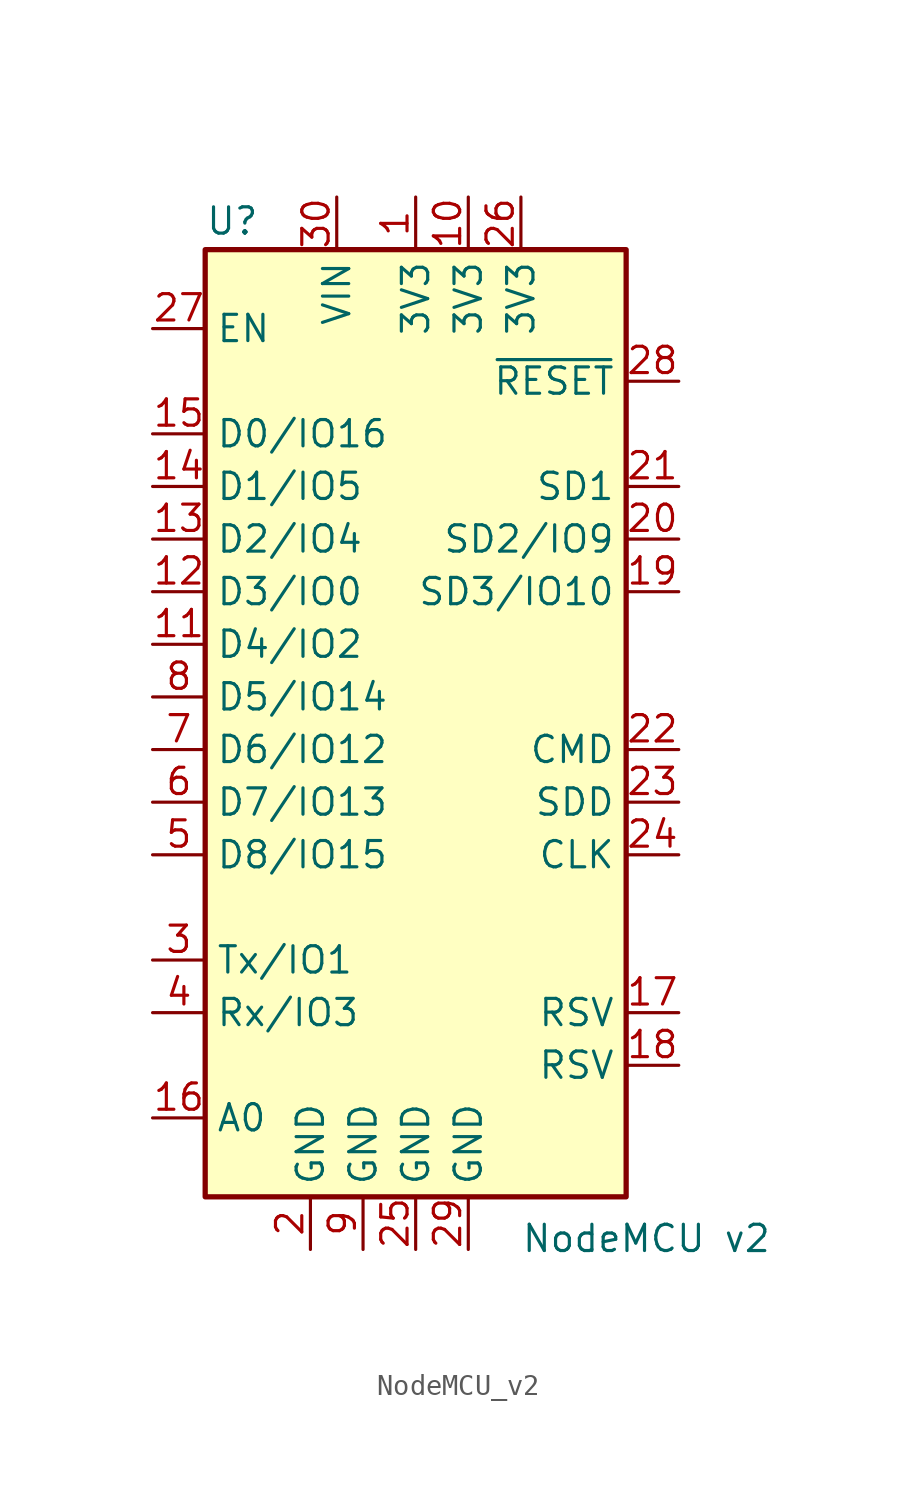
<source format=kicad_sym>
(kicad_symbol_lib
  (version 20220914)
  (generator kicad_symbol_editor)
  (symbol "NodeMCU_v2"
    (property "Reference" "U"
      (at -10.16 23.495 0)
      (effects (font (size 1.27 1.27)) (justify left bottom)))
    (property "Value" "NodeMCU v2"
      (at 5.08 -24.13 0)
      (effects (font (size 1.27 1.27)) (justify left top)))
    (symbol "NodeMCU_v2_0_1"
      (rectangle (start -10.16 22.86) (end 10.16 -22.86) (stroke (width 0.254) (type default)) (fill (type background))))
    (symbol "NodeMCU_v2_1_1"
      (pin power_out line (at 0 25.4 270) (length 2.54) (name "3V3" (effects (font (size 1.27 1.27)))) (number "1" (effects (font (size 1.27 1.27)))))
      (pin power_out line (at 2.54 25.4 270) (length 2.54) (name "3V3" (effects (font (size 1.27 1.27)))) (number "10" (effects (font (size 1.27 1.27)))))
      (pin bidirectional line (at -12.7 3.81 0) (length 2.54) (name "D4/IO2" (effects (font (size 1.27 1.27)))) (number "11" (effects (font (size 1.27 1.27)))))
      (pin bidirectional line (at -12.7 6.35 0) (length 2.54) (name "D3/IO0" (effects (font (size 1.27 1.27)))) (number "12" (effects (font (size 1.27 1.27)))))
      (pin bidirectional line (at -12.7 8.89 0) (length 2.54) (name "D2/IO4" (effects (font (size 1.27 1.27)))) (number "13" (effects (font (size 1.27 1.27)))))
      (pin bidirectional line (at -12.7 11.43 0) (length 2.54) (name "D1/IO5" (effects (font (size 1.27 1.27)))) (number "14" (effects (font (size 1.27 1.27)))))
      (pin bidirectional line (at -12.7 13.97 0) (length 2.54) (name "D0/IO16" (effects (font (size 1.27 1.27)))) (number "15" (effects (font (size 1.27 1.27)))))
      (pin input line (at -12.7 -19.05 0) (length 2.54) (name "A0" (effects (font (size 1.27 1.27)))) (number "16" (effects (font (size 1.27 1.27)))))
      (pin free line (at 12.7 -13.97 180) (length 2.54) (name "RSV" (effects (font (size 1.27 1.27)))) (number "17" (effects (font (size 1.27 1.27)))))
      (pin free line (at 12.7 -16.51 180) (length 2.54) (name "RSV" (effects (font (size 1.27 1.27)))) (number "18" (effects (font (size 1.27 1.27)))))
      (pin bidirectional line (at 12.7 6.35 180) (length 2.54) (name "SD3/IO10" (effects (font (size 1.27 1.27)))) (number "19" (effects (font (size 1.27 1.27)))))
      (pin power_in line (at -5.08 -25.4 90) (length 2.54) (name "GND" (effects (font (size 1.27 1.27)))) (number "2" (effects (font (size 1.27 1.27)))))
      (pin bidirectional line (at 12.7 8.89 180) (length 2.54) (name "SD2/IO9" (effects (font (size 1.27 1.27)))) (number "20" (effects (font (size 1.27 1.27)))))
      (pin bidirectional line (at 12.7 11.43 180) (length 2.54) (name "SD1" (effects (font (size 1.27 1.27)))) (number "21" (effects (font (size 1.27 1.27)))))
      (pin bidirectional line (at 12.7 -1.27 180) (length 2.54) (name "CMD" (effects (font (size 1.27 1.27)))) (number "22" (effects (font (size 1.27 1.27)))))
      (pin bidirectional line (at 12.7 -3.81 180) (length 2.54) (name "SDD" (effects (font (size 1.27 1.27)))) (number "23" (effects (font (size 1.27 1.27)))))
      (pin bidirectional line (at 12.7 -6.35 180) (length 2.54) (name "CLK" (effects (font (size 1.27 1.27)))) (number "24" (effects (font (size 1.27 1.27)))))
      (pin power_in line (at 0 -25.4 90) (length 2.54) (name "GND" (effects (font (size 1.27 1.27)))) (number "25" (effects (font (size 1.27 1.27)))))
      (pin power_out line (at 5.08 25.4 270) (length 2.54) (name "3V3" (effects (font (size 1.27 1.27)))) (number "26" (effects (font (size 1.27 1.27)))))
      (pin input line (at -12.7 19.05 0) (length 2.54) (name "EN" (effects (font (size 1.27 1.27)))) (number "27" (effects (font (size 1.27 1.27)))))
      (pin input line (at 12.7 16.51 180) (length 2.54) (name "~{RESET}" (effects (font (size 1.27 1.27)))) (number "28" (effects (font (size 1.27 1.27)))))
      (pin power_in line (at 2.54 -25.4 90) (length 2.54) (name "GND" (effects (font (size 1.27 1.27)))) (number "29" (effects (font (size 1.27 1.27)))))
      (pin bidirectional line (at -12.7 -11.43 0) (length 2.54) (name "Tx/IO1" (effects (font (size 1.27 1.27)))) (number "3" (effects (font (size 1.27 1.27)))))
      (pin power_in line (at -3.81 25.4 270) (length 2.54) (name "VIN" (effects (font (size 1.27 1.27)))) (number "30" (effects (font (size 1.27 1.27)))))
      (pin bidirectional line (at -12.7 -13.97 0) (length 2.54) (name "Rx/IO3" (effects (font (size 1.27 1.27)))) (number "4" (effects (font (size 1.27 1.27)))))
      (pin bidirectional line (at -12.7 -6.35 0) (length 2.54) (name "D8/IO15" (effects (font (size 1.27 1.27)))) (number "5" (effects (font (size 1.27 1.27)))))
      (pin bidirectional line (at -12.7 -3.81 0) (length 2.54) (name "D7/IO13" (effects (font (size 1.27 1.27)))) (number "6" (effects (font (size 1.27 1.27)))))
      (pin bidirectional line (at -12.7 -1.27 0) (length 2.54) (name "D6/IO12" (effects (font (size 1.27 1.27)))) (number "7" (effects (font (size 1.27 1.27)))))
      (pin bidirectional line (at -12.7 1.27 0) (length 2.54) (name "D5/IO14" (effects (font (size 1.27 1.27)))) (number "8" (effects (font (size 1.27 1.27)))))
      (pin power_in line (at -2.54 -25.4 90) (length 2.54) (name "GND" (effects (font (size 1.27 1.27)))) (number "9" (effects (font (size 1.27 1.27))))))))
</source>
